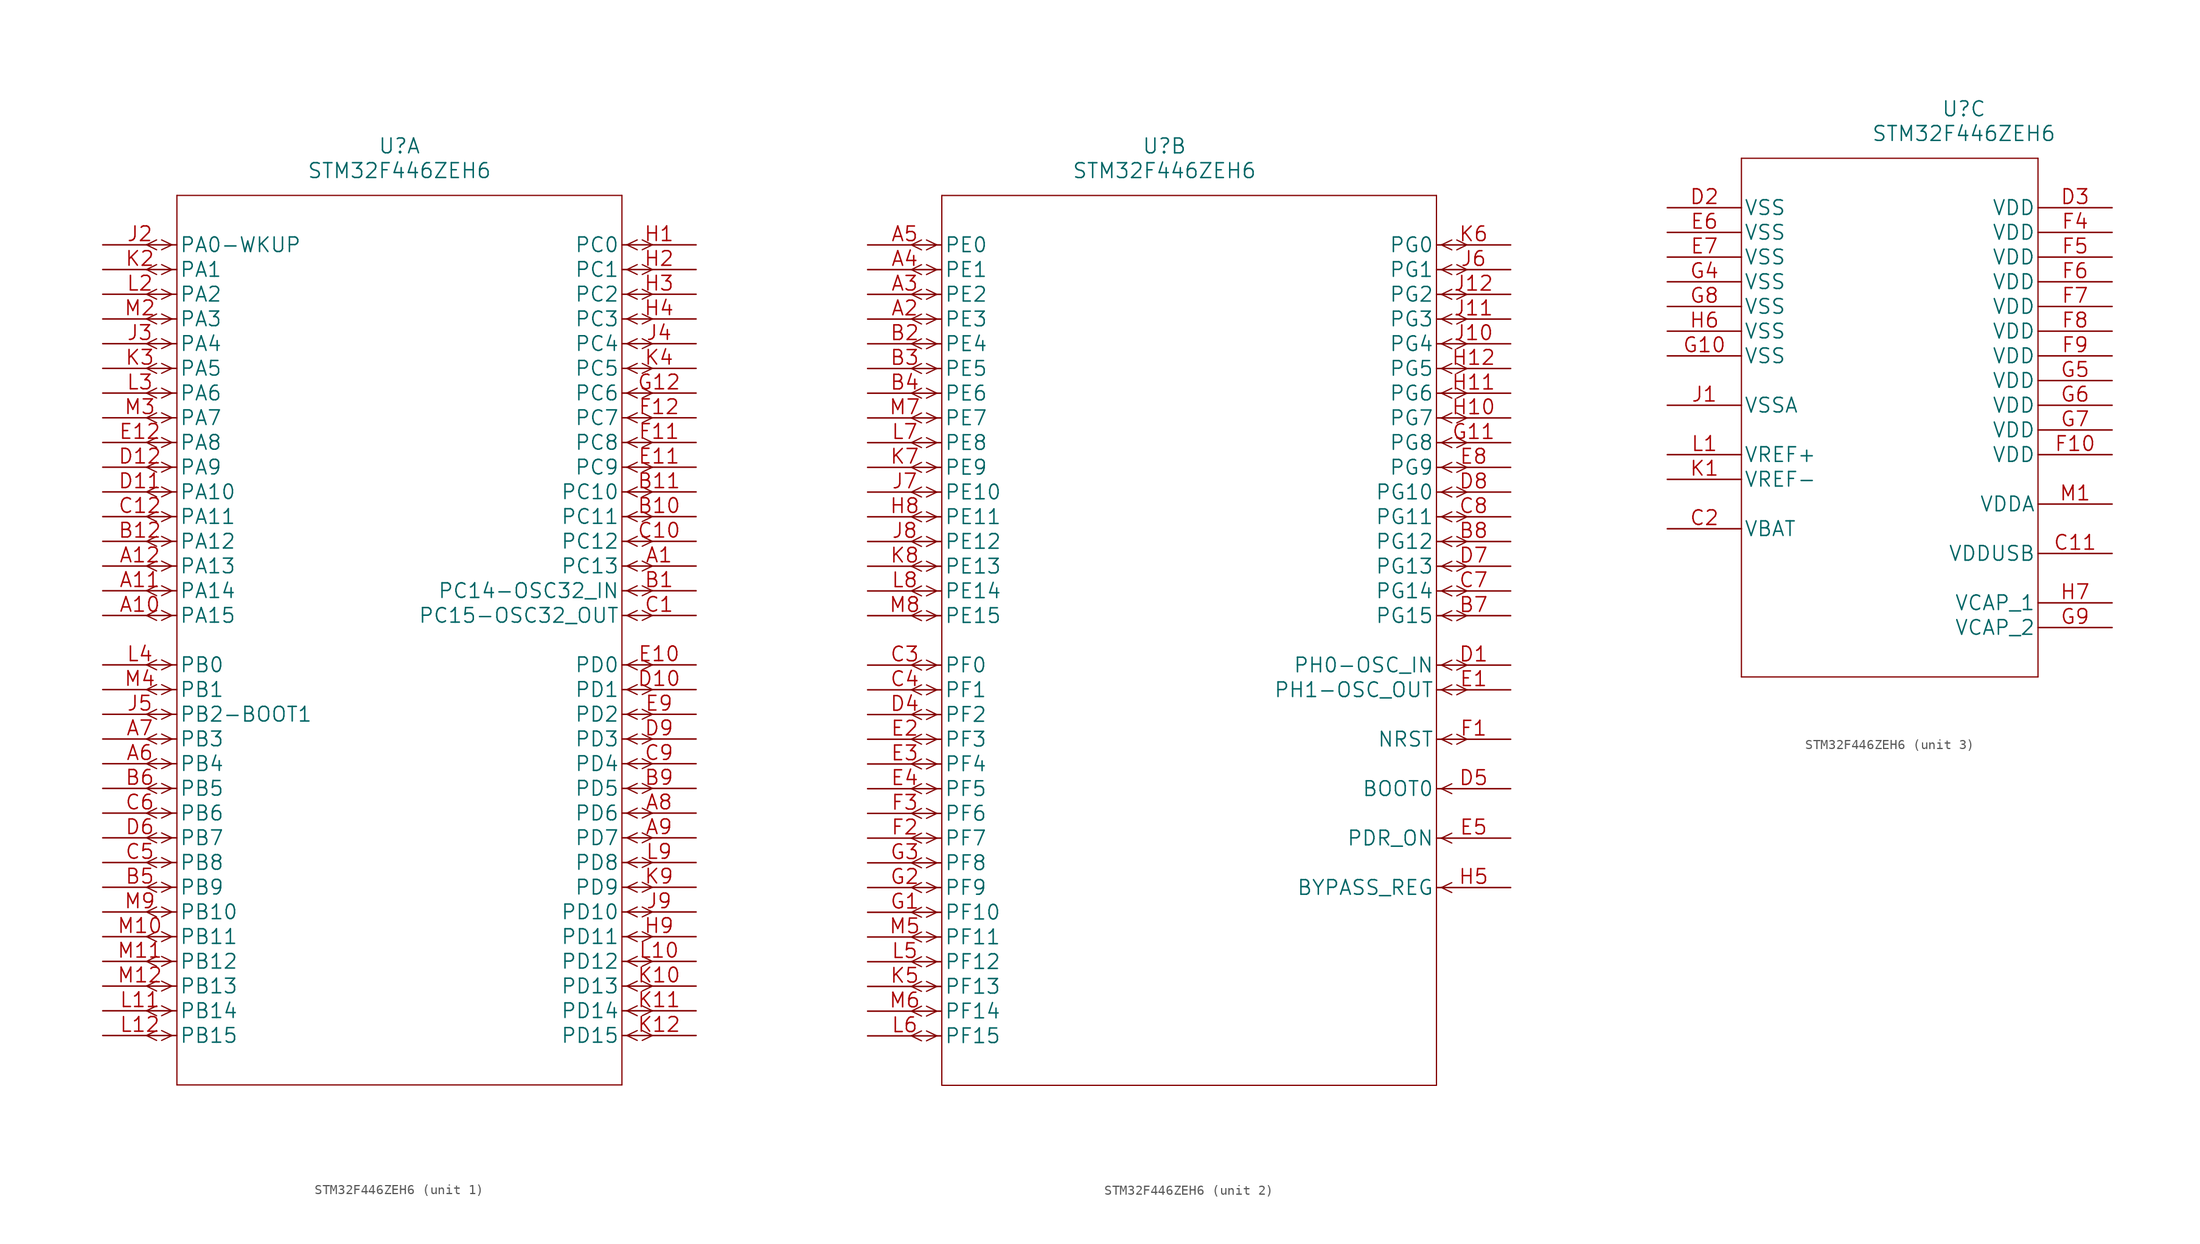
<source format=kicad_sym>
(kicad_symbol_lib
  (version 20210619)
  (generator kicad_symbol_editor)
  (symbol "STM32F446ZEH6"
    (pin_names
      (offset 0.254))
    (property "Reference" "U"
      (at 30.48 10.16 0)
      (effects (font (size 1.524 1.524))))
    (property "Value" "STM32F446ZEH6"
      (at 30.48 7.62 0)
      (effects (font (size 1.524 1.524))))
    (property "Datasheet" ""
      (at 0 0 0)
      (effects (font (size 1.524 1.524))))
    (symbol "STM32F446ZEH6_1_1"
      (polyline (pts (xy 5.537 -81.788) (xy 4.496 -81.28)) (stroke (width 0.127)) (fill (type none)))
      (polyline (pts (xy 5.537 -80.772) (xy 4.496 -81.28)) (stroke (width 0.127)) (fill (type none)))
      (polyline (pts (xy 5.537 -79.248) (xy 4.496 -78.74)) (stroke (width 0.127)) (fill (type none)))
      (polyline (pts (xy 5.537 -78.232) (xy 4.496 -78.74)) (stroke (width 0.127)) (fill (type none)))
      (polyline (pts (xy 5.537 -76.708) (xy 4.496 -76.2)) (stroke (width 0.127)) (fill (type none)))
      (polyline (pts (xy 5.537 -75.692) (xy 4.496 -76.2)) (stroke (width 0.127)) (fill (type none)))
      (polyline (pts (xy 5.537 -74.168) (xy 4.496 -73.66)) (stroke (width 0.127)) (fill (type none)))
      (polyline (pts (xy 5.537 -73.152) (xy 4.496 -73.66)) (stroke (width 0.127)) (fill (type none)))
      (polyline (pts (xy 5.537 -71.628) (xy 4.496 -71.12)) (stroke (width 0.127)) (fill (type none)))
      (polyline (pts (xy 5.537 -70.612) (xy 4.496 -71.12)) (stroke (width 0.127)) (fill (type none)))
      (polyline (pts (xy 5.537 -69.088) (xy 4.496 -68.58)) (stroke (width 0.127)) (fill (type none)))
      (polyline (pts (xy 5.537 -68.072) (xy 4.496 -68.58)) (stroke (width 0.127)) (fill (type none)))
      (polyline (pts (xy 5.537 -66.548) (xy 4.496 -66.04)) (stroke (width 0.127)) (fill (type none)))
      (polyline (pts (xy 5.537 -65.532) (xy 4.496 -66.04)) (stroke (width 0.127)) (fill (type none)))
      (polyline (pts (xy 5.537 -64.008) (xy 4.496 -63.5)) (stroke (width 0.127)) (fill (type none)))
      (polyline (pts (xy 5.537 -62.992) (xy 4.496 -63.5)) (stroke (width 0.127)) (fill (type none)))
      (polyline (pts (xy 5.537 -61.468) (xy 4.496 -60.96)) (stroke (width 0.127)) (fill (type none)))
      (polyline (pts (xy 5.537 -60.452) (xy 4.496 -60.96)) (stroke (width 0.127)) (fill (type none)))
      (polyline (pts (xy 5.537 -58.928) (xy 4.496 -58.42)) (stroke (width 0.127)) (fill (type none)))
      (polyline (pts (xy 5.537 -57.912) (xy 4.496 -58.42)) (stroke (width 0.127)) (fill (type none)))
      (polyline (pts (xy 5.537 -56.388) (xy 4.496 -55.88)) (stroke (width 0.127)) (fill (type none)))
      (polyline (pts (xy 5.537 -55.372) (xy 4.496 -55.88)) (stroke (width 0.127)) (fill (type none)))
      (polyline (pts (xy 5.537 -53.848) (xy 4.496 -53.34)) (stroke (width 0.127)) (fill (type none)))
      (polyline (pts (xy 5.537 -52.832) (xy 4.496 -53.34)) (stroke (width 0.127)) (fill (type none)))
      (polyline (pts (xy 5.537 -51.308) (xy 4.496 -50.8)) (stroke (width 0.127)) (fill (type none)))
      (polyline (pts (xy 5.537 -50.292) (xy 4.496 -50.8)) (stroke (width 0.127)) (fill (type none)))
      (polyline (pts (xy 5.537 -48.768) (xy 4.496 -48.26)) (stroke (width 0.127)) (fill (type none)))
      (polyline (pts (xy 5.537 -47.752) (xy 4.496 -48.26)) (stroke (width 0.127)) (fill (type none)))
      (polyline (pts (xy 5.537 -46.228) (xy 4.496 -45.72)) (stroke (width 0.127)) (fill (type none)))
      (polyline (pts (xy 5.537 -45.212) (xy 4.496 -45.72)) (stroke (width 0.127)) (fill (type none)))
      (polyline (pts (xy 5.537 -43.688) (xy 4.496 -43.18)) (stroke (width 0.127)) (fill (type none)))
      (polyline (pts (xy 5.537 -42.672) (xy 4.496 -43.18)) (stroke (width 0.127)) (fill (type none)))
      (polyline (pts (xy 5.537 -38.608) (xy 4.496 -38.1)) (stroke (width 0.127)) (fill (type none)))
      (polyline (pts (xy 5.537 -37.592) (xy 4.496 -38.1)) (stroke (width 0.127)) (fill (type none)))
      (polyline (pts (xy 5.537 -36.068) (xy 4.496 -35.56)) (stroke (width 0.127)) (fill (type none)))
      (polyline (pts (xy 5.537 -35.052) (xy 4.496 -35.56)) (stroke (width 0.127)) (fill (type none)))
      (polyline (pts (xy 5.537 -33.528) (xy 4.496 -33.02)) (stroke (width 0.127)) (fill (type none)))
      (polyline (pts (xy 5.537 -32.512) (xy 4.496 -33.02)) (stroke (width 0.127)) (fill (type none)))
      (polyline (pts (xy 5.537 -30.988) (xy 4.496 -30.48)) (stroke (width 0.127)) (fill (type none)))
      (polyline (pts (xy 5.537 -29.972) (xy 4.496 -30.48)) (stroke (width 0.127)) (fill (type none)))
      (polyline (pts (xy 5.537 -28.448) (xy 4.496 -27.94)) (stroke (width 0.127)) (fill (type none)))
      (polyline (pts (xy 5.537 -27.432) (xy 4.496 -27.94)) (stroke (width 0.127)) (fill (type none)))
      (polyline (pts (xy 5.537 -25.908) (xy 4.496 -25.4)) (stroke (width 0.127)) (fill (type none)))
      (polyline (pts (xy 5.537 -24.892) (xy 4.496 -25.4)) (stroke (width 0.127)) (fill (type none)))
      (polyline (pts (xy 5.537 -23.368) (xy 4.496 -22.86)) (stroke (width 0.127)) (fill (type none)))
      (polyline (pts (xy 5.537 -22.352) (xy 4.496 -22.86)) (stroke (width 0.127)) (fill (type none)))
      (polyline (pts (xy 5.537 -20.828) (xy 4.496 -20.32)) (stroke (width 0.127)) (fill (type none)))
      (polyline (pts (xy 5.537 -19.812) (xy 4.496 -20.32)) (stroke (width 0.127)) (fill (type none)))
      (polyline (pts (xy 5.537 -18.288) (xy 4.496 -17.78)) (stroke (width 0.127)) (fill (type none)))
      (polyline (pts (xy 5.537 -17.272) (xy 4.496 -17.78)) (stroke (width 0.127)) (fill (type none)))
      (polyline (pts (xy 5.537 -15.748) (xy 4.496 -15.24)) (stroke (width 0.127)) (fill (type none)))
      (polyline (pts (xy 5.537 -14.732) (xy 4.496 -15.24)) (stroke (width 0.127)) (fill (type none)))
      (polyline (pts (xy 5.537 -13.208) (xy 4.496 -12.7)) (stroke (width 0.127)) (fill (type none)))
      (polyline (pts (xy 5.537 -12.192) (xy 4.496 -12.7)) (stroke (width 0.127)) (fill (type none)))
      (polyline (pts (xy 5.537 -10.668) (xy 4.496 -10.16)) (stroke (width 0.127)) (fill (type none)))
      (polyline (pts (xy 5.537 -9.652) (xy 4.496 -10.16)) (stroke (width 0.127)) (fill (type none)))
      (polyline (pts (xy 5.537 -8.128) (xy 4.496 -7.62)) (stroke (width 0.127)) (fill (type none)))
      (polyline (pts (xy 5.537 -7.112) (xy 4.496 -7.62)) (stroke (width 0.127)) (fill (type none)))
      (polyline (pts (xy 5.537 -5.588) (xy 4.496 -5.08)) (stroke (width 0.127)) (fill (type none)))
      (polyline (pts (xy 5.537 -4.572) (xy 4.496 -5.08)) (stroke (width 0.127)) (fill (type none)))
      (polyline (pts (xy 5.537 -3.048) (xy 4.496 -2.54)) (stroke (width 0.127)) (fill (type none)))
      (polyline (pts (xy 5.537 -2.032) (xy 4.496 -2.54)) (stroke (width 0.127)) (fill (type none)))
      (polyline (pts (xy 5.537 -0.508) (xy 4.496 0)) (stroke (width 0.127)) (fill (type none)))
      (polyline (pts (xy 5.537 0.508) (xy 4.496 0)) (stroke (width 0.127)) (fill (type none)))
      (polyline (pts (xy 7.112 -81.28) (xy 6.045 -81.788)) (stroke (width 0.127)) (fill (type none)))
      (polyline (pts (xy 7.112 -81.28) (xy 6.045 -80.772)) (stroke (width 0.127)) (fill (type none)))
      (polyline (pts (xy 7.112 -78.74) (xy 6.045 -79.248)) (stroke (width 0.127)) (fill (type none)))
      (polyline (pts (xy 7.112 -78.74) (xy 6.045 -78.232)) (stroke (width 0.127)) (fill (type none)))
      (polyline (pts (xy 7.112 -76.2) (xy 6.045 -76.708)) (stroke (width 0.127)) (fill (type none)))
      (polyline (pts (xy 7.112 -76.2) (xy 6.045 -75.692)) (stroke (width 0.127)) (fill (type none)))
      (polyline (pts (xy 7.112 -73.66) (xy 6.045 -74.168)) (stroke (width 0.127)) (fill (type none)))
      (polyline (pts (xy 7.112 -73.66) (xy 6.045 -73.152)) (stroke (width 0.127)) (fill (type none)))
      (polyline (pts (xy 7.112 -71.12) (xy 6.045 -71.628)) (stroke (width 0.127)) (fill (type none)))
      (polyline (pts (xy 7.112 -71.12) (xy 6.045 -70.612)) (stroke (width 0.127)) (fill (type none)))
      (polyline (pts (xy 7.112 -68.58) (xy 6.045 -69.088)) (stroke (width 0.127)) (fill (type none)))
      (polyline (pts (xy 7.112 -68.58) (xy 6.045 -68.072)) (stroke (width 0.127)) (fill (type none)))
      (polyline (pts (xy 7.112 -66.04) (xy 6.045 -66.548)) (stroke (width 0.127)) (fill (type none)))
      (polyline (pts (xy 7.112 -66.04) (xy 6.045 -65.532)) (stroke (width 0.127)) (fill (type none)))
      (polyline (pts (xy 7.112 -63.5) (xy 6.045 -64.008)) (stroke (width 0.127)) (fill (type none)))
      (polyline (pts (xy 7.112 -63.5) (xy 6.045 -62.992)) (stroke (width 0.127)) (fill (type none)))
      (polyline (pts (xy 7.112 -60.96) (xy 6.045 -61.468)) (stroke (width 0.127)) (fill (type none)))
      (polyline (pts (xy 7.112 -60.96) (xy 6.045 -60.452)) (stroke (width 0.127)) (fill (type none)))
      (polyline (pts (xy 7.112 -58.42) (xy 6.045 -58.928)) (stroke (width 0.127)) (fill (type none)))
      (polyline (pts (xy 7.112 -58.42) (xy 6.045 -57.912)) (stroke (width 0.127)) (fill (type none)))
      (polyline (pts (xy 7.112 -55.88) (xy 6.045 -56.388)) (stroke (width 0.127)) (fill (type none)))
      (polyline (pts (xy 7.112 -55.88) (xy 6.045 -55.372)) (stroke (width 0.127)) (fill (type none)))
      (polyline (pts (xy 7.112 -53.34) (xy 6.045 -53.848)) (stroke (width 0.127)) (fill (type none)))
      (polyline (pts (xy 7.112 -53.34) (xy 6.045 -52.832)) (stroke (width 0.127)) (fill (type none)))
      (polyline (pts (xy 7.112 -50.8) (xy 6.045 -51.308)) (stroke (width 0.127)) (fill (type none)))
      (polyline (pts (xy 7.112 -50.8) (xy 6.045 -50.292)) (stroke (width 0.127)) (fill (type none)))
      (polyline (pts (xy 7.112 -48.26) (xy 6.045 -48.768)) (stroke (width 0.127)) (fill (type none)))
      (polyline (pts (xy 7.112 -48.26) (xy 6.045 -47.752)) (stroke (width 0.127)) (fill (type none)))
      (polyline (pts (xy 7.112 -45.72) (xy 6.045 -46.228)) (stroke (width 0.127)) (fill (type none)))
      (polyline (pts (xy 7.112 -45.72) (xy 6.045 -45.212)) (stroke (width 0.127)) (fill (type none)))
      (polyline (pts (xy 7.112 -43.18) (xy 6.045 -43.688)) (stroke (width 0.127)) (fill (type none)))
      (polyline (pts (xy 7.112 -43.18) (xy 6.045 -42.672)) (stroke (width 0.127)) (fill (type none)))
      (polyline (pts (xy 7.112 -38.1) (xy 6.045 -38.608)) (stroke (width 0.127)) (fill (type none)))
      (polyline (pts (xy 7.112 -38.1) (xy 6.045 -37.592)) (stroke (width 0.127)) (fill (type none)))
      (polyline (pts (xy 7.112 -35.56) (xy 6.045 -36.068)) (stroke (width 0.127)) (fill (type none)))
      (polyline (pts (xy 7.112 -35.56) (xy 6.045 -35.052)) (stroke (width 0.127)) (fill (type none)))
      (polyline (pts (xy 7.112 -33.02) (xy 6.045 -33.528)) (stroke (width 0.127)) (fill (type none)))
      (polyline (pts (xy 7.112 -33.02) (xy 6.045 -32.512)) (stroke (width 0.127)) (fill (type none)))
      (polyline (pts (xy 7.112 -30.48) (xy 6.045 -30.988)) (stroke (width 0.127)) (fill (type none)))
      (polyline (pts (xy 7.112 -30.48) (xy 6.045 -29.972)) (stroke (width 0.127)) (fill (type none)))
      (polyline (pts (xy 7.112 -27.94) (xy 6.045 -28.448)) (stroke (width 0.127)) (fill (type none)))
      (polyline (pts (xy 7.112 -27.94) (xy 6.045 -27.432)) (stroke (width 0.127)) (fill (type none)))
      (polyline (pts (xy 7.112 -25.4) (xy 6.045 -25.908)) (stroke (width 0.127)) (fill (type none)))
      (polyline (pts (xy 7.112 -25.4) (xy 6.045 -24.892)) (stroke (width 0.127)) (fill (type none)))
      (polyline (pts (xy 7.112 -22.86) (xy 6.045 -23.368)) (stroke (width 0.127)) (fill (type none)))
      (polyline (pts (xy 7.112 -22.86) (xy 6.045 -22.352)) (stroke (width 0.127)) (fill (type none)))
      (polyline (pts (xy 7.112 -20.32) (xy 6.045 -20.828)) (stroke (width 0.127)) (fill (type none)))
      (polyline (pts (xy 7.112 -20.32) (xy 6.045 -19.812)) (stroke (width 0.127)) (fill (type none)))
      (polyline (pts (xy 7.112 -17.78) (xy 6.045 -18.288)) (stroke (width 0.127)) (fill (type none)))
      (polyline (pts (xy 7.112 -17.78) (xy 6.045 -17.272)) (stroke (width 0.127)) (fill (type none)))
      (polyline (pts (xy 7.112 -15.24) (xy 6.045 -15.748)) (stroke (width 0.127)) (fill (type none)))
      (polyline (pts (xy 7.112 -15.24) (xy 6.045 -14.732)) (stroke (width 0.127)) (fill (type none)))
      (polyline (pts (xy 7.112 -12.7) (xy 6.045 -13.208)) (stroke (width 0.127)) (fill (type none)))
      (polyline (pts (xy 7.112 -12.7) (xy 6.045 -12.192)) (stroke (width 0.127)) (fill (type none)))
      (polyline (pts (xy 7.112 -10.16) (xy 6.045 -10.668)) (stroke (width 0.127)) (fill (type none)))
      (polyline (pts (xy 7.112 -10.16) (xy 6.045 -9.652)) (stroke (width 0.127)) (fill (type none)))
      (polyline (pts (xy 7.112 -7.62) (xy 6.045 -8.128)) (stroke (width 0.127)) (fill (type none)))
      (polyline (pts (xy 7.112 -7.62) (xy 6.045 -7.112)) (stroke (width 0.127)) (fill (type none)))
      (polyline (pts (xy 7.112 -5.08) (xy 6.045 -5.588)) (stroke (width 0.127)) (fill (type none)))
      (polyline (pts (xy 7.112 -5.08) (xy 6.045 -4.572)) (stroke (width 0.127)) (fill (type none)))
      (polyline (pts (xy 7.112 -2.54) (xy 6.045 -3.048)) (stroke (width 0.127)) (fill (type none)))
      (polyline (pts (xy 7.112 -2.54) (xy 6.045 -2.032)) (stroke (width 0.127)) (fill (type none)))
      (polyline (pts (xy 7.112 0) (xy 6.045 -0.508)) (stroke (width 0.127)) (fill (type none)))
      (polyline (pts (xy 7.112 0) (xy 6.045 0.508)) (stroke (width 0.127)) (fill (type none)))
      (polyline (pts (xy 7.62 -86.36) (xy 53.34 -86.36)) (stroke (width 0.127)) (fill (type none)))
      (polyline (pts (xy 7.62 5.08) (xy 7.62 -86.36)) (stroke (width 0.127)) (fill (type none)))
      (polyline (pts (xy 53.34 -86.36) (xy 53.34 5.08)) (stroke (width 0.127)) (fill (type none)))
      (polyline (pts (xy 53.34 5.08) (xy 7.62 5.08)) (stroke (width 0.127)) (fill (type none)))
      (polyline (pts (xy 53.848 -81.28) (xy 54.915 -81.788)) (stroke (width 0.127)) (fill (type none)))
      (polyline (pts (xy 53.848 -81.28) (xy 54.915 -80.772)) (stroke (width 0.127)) (fill (type none)))
      (polyline (pts (xy 53.848 -78.74) (xy 54.915 -79.248)) (stroke (width 0.127)) (fill (type none)))
      (polyline (pts (xy 53.848 -78.74) (xy 54.915 -78.232)) (stroke (width 0.127)) (fill (type none)))
      (polyline (pts (xy 53.848 -76.2) (xy 54.915 -76.708)) (stroke (width 0.127)) (fill (type none)))
      (polyline (pts (xy 53.848 -76.2) (xy 54.915 -75.692)) (stroke (width 0.127)) (fill (type none)))
      (polyline (pts (xy 53.848 -73.66) (xy 54.915 -74.168)) (stroke (width 0.127)) (fill (type none)))
      (polyline (pts (xy 53.848 -73.66) (xy 54.915 -73.152)) (stroke (width 0.127)) (fill (type none)))
      (polyline (pts (xy 53.848 -71.12) (xy 54.915 -71.628)) (stroke (width 0.127)) (fill (type none)))
      (polyline (pts (xy 53.848 -71.12) (xy 54.915 -70.612)) (stroke (width 0.127)) (fill (type none)))
      (polyline (pts (xy 53.848 -68.58) (xy 54.915 -69.088)) (stroke (width 0.127)) (fill (type none)))
      (polyline (pts (xy 53.848 -68.58) (xy 54.915 -68.072)) (stroke (width 0.127)) (fill (type none)))
      (polyline (pts (xy 53.848 -66.04) (xy 54.915 -66.548)) (stroke (width 0.127)) (fill (type none)))
      (polyline (pts (xy 53.848 -66.04) (xy 54.915 -65.532)) (stroke (width 0.127)) (fill (type none)))
      (polyline (pts (xy 53.848 -63.5) (xy 54.915 -64.008)) (stroke (width 0.127)) (fill (type none)))
      (polyline (pts (xy 53.848 -63.5) (xy 54.915 -62.992)) (stroke (width 0.127)) (fill (type none)))
      (polyline (pts (xy 53.848 -60.96) (xy 54.915 -61.468)) (stroke (width 0.127)) (fill (type none)))
      (polyline (pts (xy 53.848 -60.96) (xy 54.915 -60.452)) (stroke (width 0.127)) (fill (type none)))
      (polyline (pts (xy 53.848 -58.42) (xy 54.915 -58.928)) (stroke (width 0.127)) (fill (type none)))
      (polyline (pts (xy 53.848 -58.42) (xy 54.915 -57.912)) (stroke (width 0.127)) (fill (type none)))
      (polyline (pts (xy 53.848 -55.88) (xy 54.915 -56.388)) (stroke (width 0.127)) (fill (type none)))
      (polyline (pts (xy 53.848 -55.88) (xy 54.915 -55.372)) (stroke (width 0.127)) (fill (type none)))
      (polyline (pts (xy 53.848 -53.34) (xy 54.915 -53.848)) (stroke (width 0.127)) (fill (type none)))
      (polyline (pts (xy 53.848 -53.34) (xy 54.915 -52.832)) (stroke (width 0.127)) (fill (type none)))
      (polyline (pts (xy 53.848 -50.8) (xy 54.915 -51.308)) (stroke (width 0.127)) (fill (type none)))
      (polyline (pts (xy 53.848 -50.8) (xy 54.915 -50.292)) (stroke (width 0.127)) (fill (type none)))
      (polyline (pts (xy 53.848 -48.26) (xy 54.915 -48.768)) (stroke (width 0.127)) (fill (type none)))
      (polyline (pts (xy 53.848 -48.26) (xy 54.915 -47.752)) (stroke (width 0.127)) (fill (type none)))
      (polyline (pts (xy 53.848 -45.72) (xy 54.915 -46.228)) (stroke (width 0.127)) (fill (type none)))
      (polyline (pts (xy 53.848 -45.72) (xy 54.915 -45.212)) (stroke (width 0.127)) (fill (type none)))
      (polyline (pts (xy 53.848 -43.18) (xy 54.915 -43.688)) (stroke (width 0.127)) (fill (type none)))
      (polyline (pts (xy 53.848 -43.18) (xy 54.915 -42.672)) (stroke (width 0.127)) (fill (type none)))
      (polyline (pts (xy 53.848 -38.1) (xy 54.915 -38.608)) (stroke (width 0.127)) (fill (type none)))
      (polyline (pts (xy 53.848 -38.1) (xy 54.915 -37.592)) (stroke (width 0.127)) (fill (type none)))
      (polyline (pts (xy 53.848 -35.56) (xy 54.915 -36.068)) (stroke (width 0.127)) (fill (type none)))
      (polyline (pts (xy 53.848 -35.56) (xy 54.915 -35.052)) (stroke (width 0.127)) (fill (type none)))
      (polyline (pts (xy 53.848 -33.02) (xy 54.915 -33.528)) (stroke (width 0.127)) (fill (type none)))
      (polyline (pts (xy 53.848 -33.02) (xy 54.915 -32.512)) (stroke (width 0.127)) (fill (type none)))
      (polyline (pts (xy 53.848 -30.48) (xy 54.915 -30.988)) (stroke (width 0.127)) (fill (type none)))
      (polyline (pts (xy 53.848 -30.48) (xy 54.915 -29.972)) (stroke (width 0.127)) (fill (type none)))
      (polyline (pts (xy 53.848 -27.94) (xy 54.915 -28.448)) (stroke (width 0.127)) (fill (type none)))
      (polyline (pts (xy 53.848 -27.94) (xy 54.915 -27.432)) (stroke (width 0.127)) (fill (type none)))
      (polyline (pts (xy 53.848 -25.4) (xy 54.915 -25.908)) (stroke (width 0.127)) (fill (type none)))
      (polyline (pts (xy 53.848 -25.4) (xy 54.915 -24.892)) (stroke (width 0.127)) (fill (type none)))
      (polyline (pts (xy 53.848 -22.86) (xy 54.915 -23.368)) (stroke (width 0.127)) (fill (type none)))
      (polyline (pts (xy 53.848 -22.86) (xy 54.915 -22.352)) (stroke (width 0.127)) (fill (type none)))
      (polyline (pts (xy 53.848 -20.32) (xy 54.915 -20.828)) (stroke (width 0.127)) (fill (type none)))
      (polyline (pts (xy 53.848 -20.32) (xy 54.915 -19.812)) (stroke (width 0.127)) (fill (type none)))
      (polyline (pts (xy 53.848 -17.78) (xy 54.915 -18.288)) (stroke (width 0.127)) (fill (type none)))
      (polyline (pts (xy 53.848 -17.78) (xy 54.915 -17.272)) (stroke (width 0.127)) (fill (type none)))
      (polyline (pts (xy 53.848 -15.24) (xy 54.915 -15.748)) (stroke (width 0.127)) (fill (type none)))
      (polyline (pts (xy 53.848 -15.24) (xy 54.915 -14.732)) (stroke (width 0.127)) (fill (type none)))
      (polyline (pts (xy 53.848 -12.7) (xy 54.915 -13.208)) (stroke (width 0.127)) (fill (type none)))
      (polyline (pts (xy 53.848 -12.7) (xy 54.915 -12.192)) (stroke (width 0.127)) (fill (type none)))
      (polyline (pts (xy 53.848 -10.16) (xy 54.915 -10.668)) (stroke (width 0.127)) (fill (type none)))
      (polyline (pts (xy 53.848 -10.16) (xy 54.915 -9.652)) (stroke (width 0.127)) (fill (type none)))
      (polyline (pts (xy 53.848 -7.62) (xy 54.915 -8.128)) (stroke (width 0.127)) (fill (type none)))
      (polyline (pts (xy 53.848 -7.62) (xy 54.915 -7.112)) (stroke (width 0.127)) (fill (type none)))
      (polyline (pts (xy 53.848 -5.08) (xy 54.915 -5.588)) (stroke (width 0.127)) (fill (type none)))
      (polyline (pts (xy 53.848 -5.08) (xy 54.915 -4.572)) (stroke (width 0.127)) (fill (type none)))
      (polyline (pts (xy 53.848 -2.54) (xy 54.915 -3.048)) (stroke (width 0.127)) (fill (type none)))
      (polyline (pts (xy 53.848 -2.54) (xy 54.915 -2.032)) (stroke (width 0.127)) (fill (type none)))
      (polyline (pts (xy 53.848 0) (xy 54.915 -0.508)) (stroke (width 0.127)) (fill (type none)))
      (polyline (pts (xy 53.848 0) (xy 54.915 0.508)) (stroke (width 0.127)) (fill (type none)))
      (polyline (pts (xy 55.423 -81.788) (xy 56.464 -81.28)) (stroke (width 0.127)) (fill (type none)))
      (polyline (pts (xy 55.423 -80.772) (xy 56.464 -81.28)) (stroke (width 0.127)) (fill (type none)))
      (polyline (pts (xy 55.423 -79.248) (xy 56.464 -78.74)) (stroke (width 0.127)) (fill (type none)))
      (polyline (pts (xy 55.423 -78.232) (xy 56.464 -78.74)) (stroke (width 0.127)) (fill (type none)))
      (polyline (pts (xy 55.423 -76.708) (xy 56.464 -76.2)) (stroke (width 0.127)) (fill (type none)))
      (polyline (pts (xy 55.423 -75.692) (xy 56.464 -76.2)) (stroke (width 0.127)) (fill (type none)))
      (polyline (pts (xy 55.423 -74.168) (xy 56.464 -73.66)) (stroke (width 0.127)) (fill (type none)))
      (polyline (pts (xy 55.423 -73.152) (xy 56.464 -73.66)) (stroke (width 0.127)) (fill (type none)))
      (polyline (pts (xy 55.423 -71.628) (xy 56.464 -71.12)) (stroke (width 0.127)) (fill (type none)))
      (polyline (pts (xy 55.423 -70.612) (xy 56.464 -71.12)) (stroke (width 0.127)) (fill (type none)))
      (polyline (pts (xy 55.423 -69.088) (xy 56.464 -68.58)) (stroke (width 0.127)) (fill (type none)))
      (polyline (pts (xy 55.423 -68.072) (xy 56.464 -68.58)) (stroke (width 0.127)) (fill (type none)))
      (polyline (pts (xy 55.423 -66.548) (xy 56.464 -66.04)) (stroke (width 0.127)) (fill (type none)))
      (polyline (pts (xy 55.423 -65.532) (xy 56.464 -66.04)) (stroke (width 0.127)) (fill (type none)))
      (polyline (pts (xy 55.423 -64.008) (xy 56.464 -63.5)) (stroke (width 0.127)) (fill (type none)))
      (polyline (pts (xy 55.423 -62.992) (xy 56.464 -63.5)) (stroke (width 0.127)) (fill (type none)))
      (polyline (pts (xy 55.423 -61.468) (xy 56.464 -60.96)) (stroke (width 0.127)) (fill (type none)))
      (polyline (pts (xy 55.423 -60.452) (xy 56.464 -60.96)) (stroke (width 0.127)) (fill (type none)))
      (polyline (pts (xy 55.423 -58.928) (xy 56.464 -58.42)) (stroke (width 0.127)) (fill (type none)))
      (polyline (pts (xy 55.423 -57.912) (xy 56.464 -58.42)) (stroke (width 0.127)) (fill (type none)))
      (polyline (pts (xy 55.423 -56.388) (xy 56.464 -55.88)) (stroke (width 0.127)) (fill (type none)))
      (polyline (pts (xy 55.423 -55.372) (xy 56.464 -55.88)) (stroke (width 0.127)) (fill (type none)))
      (polyline (pts (xy 55.423 -53.848) (xy 56.464 -53.34)) (stroke (width 0.127)) (fill (type none)))
      (polyline (pts (xy 55.423 -52.832) (xy 56.464 -53.34)) (stroke (width 0.127)) (fill (type none)))
      (polyline (pts (xy 55.423 -51.308) (xy 56.464 -50.8)) (stroke (width 0.127)) (fill (type none)))
      (polyline (pts (xy 55.423 -50.292) (xy 56.464 -50.8)) (stroke (width 0.127)) (fill (type none)))
      (polyline (pts (xy 55.423 -48.768) (xy 56.464 -48.26)) (stroke (width 0.127)) (fill (type none)))
      (polyline (pts (xy 55.423 -47.752) (xy 56.464 -48.26)) (stroke (width 0.127)) (fill (type none)))
      (polyline (pts (xy 55.423 -46.228) (xy 56.464 -45.72)) (stroke (width 0.127)) (fill (type none)))
      (polyline (pts (xy 55.423 -45.212) (xy 56.464 -45.72)) (stroke (width 0.127)) (fill (type none)))
      (polyline (pts (xy 55.423 -43.688) (xy 56.464 -43.18)) (stroke (width 0.127)) (fill (type none)))
      (polyline (pts (xy 55.423 -42.672) (xy 56.464 -43.18)) (stroke (width 0.127)) (fill (type none)))
      (polyline (pts (xy 55.423 -38.608) (xy 56.464 -38.1)) (stroke (width 0.127)) (fill (type none)))
      (polyline (pts (xy 55.423 -37.592) (xy 56.464 -38.1)) (stroke (width 0.127)) (fill (type none)))
      (polyline (pts (xy 55.423 -36.068) (xy 56.464 -35.56)) (stroke (width 0.127)) (fill (type none)))
      (polyline (pts (xy 55.423 -35.052) (xy 56.464 -35.56)) (stroke (width 0.127)) (fill (type none)))
      (polyline (pts (xy 55.423 -33.528) (xy 56.464 -33.02)) (stroke (width 0.127)) (fill (type none)))
      (polyline (pts (xy 55.423 -32.512) (xy 56.464 -33.02)) (stroke (width 0.127)) (fill (type none)))
      (polyline (pts (xy 55.423 -30.988) (xy 56.464 -30.48)) (stroke (width 0.127)) (fill (type none)))
      (polyline (pts (xy 55.423 -29.972) (xy 56.464 -30.48)) (stroke (width 0.127)) (fill (type none)))
      (polyline (pts (xy 55.423 -28.448) (xy 56.464 -27.94)) (stroke (width 0.127)) (fill (type none)))
      (polyline (pts (xy 55.423 -27.432) (xy 56.464 -27.94)) (stroke (width 0.127)) (fill (type none)))
      (polyline (pts (xy 55.423 -25.908) (xy 56.464 -25.4)) (stroke (width 0.127)) (fill (type none)))
      (polyline (pts (xy 55.423 -24.892) (xy 56.464 -25.4)) (stroke (width 0.127)) (fill (type none)))
      (polyline (pts (xy 55.423 -23.368) (xy 56.464 -22.86)) (stroke (width 0.127)) (fill (type none)))
      (polyline (pts (xy 55.423 -22.352) (xy 56.464 -22.86)) (stroke (width 0.127)) (fill (type none)))
      (polyline (pts (xy 55.423 -20.828) (xy 56.464 -20.32)) (stroke (width 0.127)) (fill (type none)))
      (polyline (pts (xy 55.423 -19.812) (xy 56.464 -20.32)) (stroke (width 0.127)) (fill (type none)))
      (polyline (pts (xy 55.423 -18.288) (xy 56.464 -17.78)) (stroke (width 0.127)) (fill (type none)))
      (polyline (pts (xy 55.423 -17.272) (xy 56.464 -17.78)) (stroke (width 0.127)) (fill (type none)))
      (polyline (pts (xy 55.423 -15.748) (xy 56.464 -15.24)) (stroke (width 0.127)) (fill (type none)))
      (polyline (pts (xy 55.423 -14.732) (xy 56.464 -15.24)) (stroke (width 0.127)) (fill (type none)))
      (polyline (pts (xy 55.423 -13.208) (xy 56.464 -12.7)) (stroke (width 0.127)) (fill (type none)))
      (polyline (pts (xy 55.423 -12.192) (xy 56.464 -12.7)) (stroke (width 0.127)) (fill (type none)))
      (polyline (pts (xy 55.423 -10.668) (xy 56.464 -10.16)) (stroke (width 0.127)) (fill (type none)))
      (polyline (pts (xy 55.423 -9.652) (xy 56.464 -10.16)) (stroke (width 0.127)) (fill (type none)))
      (polyline (pts (xy 55.423 -8.128) (xy 56.464 -7.62)) (stroke (width 0.127)) (fill (type none)))
      (polyline (pts (xy 55.423 -7.112) (xy 56.464 -7.62)) (stroke (width 0.127)) (fill (type none)))
      (polyline (pts (xy 55.423 -5.588) (xy 56.464 -5.08)) (stroke (width 0.127)) (fill (type none)))
      (polyline (pts (xy 55.423 -4.572) (xy 56.464 -5.08)) (stroke (width 0.127)) (fill (type none)))
      (polyline (pts (xy 55.423 -3.048) (xy 56.464 -2.54)) (stroke (width 0.127)) (fill (type none)))
      (polyline (pts (xy 55.423 -2.032) (xy 56.464 -2.54)) (stroke (width 0.127)) (fill (type none)))
      (polyline (pts (xy 55.423 -0.508) (xy 56.464 0)) (stroke (width 0.127)) (fill (type none)))
      (polyline (pts (xy 55.423 0.508) (xy 56.464 0)) (stroke (width 0.127)) (fill (type none)))
      (pin bidirectional line (at 60.96 -33.02 180) (length 7.62) (name "PC13" (effects (font (size 1.499 1.499)))) (number "A1" (effects (font (size 1.499 1.499)))))
      (pin bidirectional line (at 0 -38.1 0) (length 7.62) (name "PA15" (effects (font (size 1.499 1.499)))) (number "A10" (effects (font (size 1.499 1.499)))))
      (pin bidirectional line (at 0 -35.56 0) (length 7.62) (name "PA14" (effects (font (size 1.499 1.499)))) (number "A11" (effects (font (size 1.499 1.499)))))
      (pin bidirectional line (at 0 -33.02 0) (length 7.62) (name "PA13" (effects (font (size 1.499 1.499)))) (number "A12" (effects (font (size 1.499 1.499)))))
      (pin bidirectional line (at 0 -53.34 0) (length 7.62) (name "PB4" (effects (font (size 1.499 1.499)))) (number "A6" (effects (font (size 1.499 1.499)))))
      (pin bidirectional line (at 0 -50.8 0) (length 7.62) (name "PB3" (effects (font (size 1.499 1.499)))) (number "A7" (effects (font (size 1.499 1.499)))))
      (pin bidirectional line (at 60.96 -58.42 180) (length 7.62) (name "PD6" (effects (font (size 1.499 1.499)))) (number "A8" (effects (font (size 1.499 1.499)))))
      (pin bidirectional line (at 60.96 -60.96 180) (length 7.62) (name "PD7" (effects (font (size 1.499 1.499)))) (number "A9" (effects (font (size 1.499 1.499)))))
      (pin bidirectional line (at 60.96 -35.56 180) (length 7.62) (name "PC14-OSC32_IN" (effects (font (size 1.499 1.499)))) (number "B1" (effects (font (size 1.499 1.499)))))
      (pin bidirectional line (at 60.96 -27.94 180) (length 7.62) (name "PC11" (effects (font (size 1.499 1.499)))) (number "B10" (effects (font (size 1.499 1.499)))))
      (pin bidirectional line (at 60.96 -25.4 180) (length 7.62) (name "PC10" (effects (font (size 1.499 1.499)))) (number "B11" (effects (font (size 1.499 1.499)))))
      (pin bidirectional line (at 0 -30.48 0) (length 7.62) (name "PA12" (effects (font (size 1.499 1.499)))) (number "B12" (effects (font (size 1.499 1.499)))))
      (pin bidirectional line (at 0 -66.04 0) (length 7.62) (name "PB9" (effects (font (size 1.499 1.499)))) (number "B5" (effects (font (size 1.499 1.499)))))
      (pin bidirectional line (at 0 -55.88 0) (length 7.62) (name "PB5" (effects (font (size 1.499 1.499)))) (number "B6" (effects (font (size 1.499 1.499)))))
      (pin bidirectional line (at 60.96 -55.88 180) (length 7.62) (name "PD5" (effects (font (size 1.499 1.499)))) (number "B9" (effects (font (size 1.499 1.499)))))
      (pin bidirectional line (at 60.96 -38.1 180) (length 7.62) (name "PC15-OSC32_OUT" (effects (font (size 1.499 1.499)))) (number "C1" (effects (font (size 1.499 1.499)))))
      (pin bidirectional line (at 60.96 -30.48 180) (length 7.62) (name "PC12" (effects (font (size 1.499 1.499)))) (number "C10" (effects (font (size 1.499 1.499)))))
      (pin bidirectional line (at 0 -27.94 0) (length 7.62) (name "PA11" (effects (font (size 1.499 1.499)))) (number "C12" (effects (font (size 1.499 1.499)))))
      (pin bidirectional line (at 0 -63.5 0) (length 7.62) (name "PB8" (effects (font (size 1.499 1.499)))) (number "C5" (effects (font (size 1.499 1.499)))))
      (pin bidirectional line (at 0 -58.42 0) (length 7.62) (name "PB6" (effects (font (size 1.499 1.499)))) (number "C6" (effects (font (size 1.499 1.499)))))
      (pin bidirectional line (at 60.96 -53.34 180) (length 7.62) (name "PD4" (effects (font (size 1.499 1.499)))) (number "C9" (effects (font (size 1.499 1.499)))))
      (pin bidirectional line (at 60.96 -45.72 180) (length 7.62) (name "PD1" (effects (font (size 1.499 1.499)))) (number "D10" (effects (font (size 1.499 1.499)))))
      (pin bidirectional line (at 0 -25.4 0) (length 7.62) (name "PA10" (effects (font (size 1.499 1.499)))) (number "D11" (effects (font (size 1.499 1.499)))))
      (pin bidirectional line (at 0 -22.86 0) (length 7.62) (name "PA9" (effects (font (size 1.499 1.499)))) (number "D12" (effects (font (size 1.499 1.499)))))
      (pin bidirectional line (at 0 -60.96 0) (length 7.62) (name "PB7" (effects (font (size 1.499 1.499)))) (number "D6" (effects (font (size 1.499 1.499)))))
      (pin bidirectional line (at 60.96 -50.8 180) (length 7.62) (name "PD3" (effects (font (size 1.499 1.499)))) (number "D9" (effects (font (size 1.499 1.499)))))
      (pin bidirectional line (at 60.96 -43.18 180) (length 7.62) (name "PD0" (effects (font (size 1.499 1.499)))) (number "E10" (effects (font (size 1.499 1.499)))))
      (pin bidirectional line (at 60.96 -22.86 180) (length 7.62) (name "PC9" (effects (font (size 1.499 1.499)))) (number "E11" (effects (font (size 1.499 1.499)))))
      (pin bidirectional line (at 0 -20.32 0) (length 7.62) (name "PA8" (effects (font (size 1.499 1.499)))) (number "E12" (effects (font (size 1.499 1.499)))))
      (pin bidirectional line (at 60.96 -48.26 180) (length 7.62) (name "PD2" (effects (font (size 1.499 1.499)))) (number "E9" (effects (font (size 1.499 1.499)))))
      (pin bidirectional line (at 60.96 -20.32 180) (length 7.62) (name "PC8" (effects (font (size 1.499 1.499)))) (number "F11" (effects (font (size 1.499 1.499)))))
      (pin bidirectional line (at 60.96 -17.78 180) (length 7.62) (name "PC7" (effects (font (size 1.499 1.499)))) (number "F12" (effects (font (size 1.499 1.499)))))
      (pin bidirectional line (at 60.96 -15.24 180) (length 7.62) (name "PC6" (effects (font (size 1.499 1.499)))) (number "G12" (effects (font (size 1.499 1.499)))))
      (pin bidirectional line (at 60.96 0 180) (length 7.62) (name "PC0" (effects (font (size 1.499 1.499)))) (number "H1" (effects (font (size 1.499 1.499)))))
      (pin bidirectional line (at 60.96 -2.54 180) (length 7.62) (name "PC1" (effects (font (size 1.499 1.499)))) (number "H2" (effects (font (size 1.499 1.499)))))
      (pin bidirectional line (at 60.96 -5.08 180) (length 7.62) (name "PC2" (effects (font (size 1.499 1.499)))) (number "H3" (effects (font (size 1.499 1.499)))))
      (pin bidirectional line (at 60.96 -7.62 180) (length 7.62) (name "PC3" (effects (font (size 1.499 1.499)))) (number "H4" (effects (font (size 1.499 1.499)))))
      (pin bidirectional line (at 60.96 -71.12 180) (length 7.62) (name "PD11" (effects (font (size 1.499 1.499)))) (number "H9" (effects (font (size 1.499 1.499)))))
      (pin bidirectional line (at 0 0 0) (length 7.62) (name "PA0-WKUP" (effects (font (size 1.499 1.499)))) (number "J2" (effects (font (size 1.499 1.499)))))
      (pin bidirectional line (at 0 -10.16 0) (length 7.62) (name "PA4" (effects (font (size 1.499 1.499)))) (number "J3" (effects (font (size 1.499 1.499)))))
      (pin bidirectional line (at 60.96 -10.16 180) (length 7.62) (name "PC4" (effects (font (size 1.499 1.499)))) (number "J4" (effects (font (size 1.499 1.499)))))
      (pin bidirectional line (at 0 -48.26 0) (length 7.62) (name "PB2-BOOT1" (effects (font (size 1.499 1.499)))) (number "J5" (effects (font (size 1.499 1.499)))))
      (pin bidirectional line (at 60.96 -68.58 180) (length 7.62) (name "PD10" (effects (font (size 1.499 1.499)))) (number "J9" (effects (font (size 1.499 1.499)))))
      (pin bidirectional line (at 60.96 -76.2 180) (length 7.62) (name "PD13" (effects (font (size 1.499 1.499)))) (number "K10" (effects (font (size 1.499 1.499)))))
      (pin bidirectional line (at 60.96 -78.74 180) (length 7.62) (name "PD14" (effects (font (size 1.499 1.499)))) (number "K11" (effects (font (size 1.499 1.499)))))
      (pin bidirectional line (at 60.96 -81.28 180) (length 7.62) (name "PD15" (effects (font (size 1.499 1.499)))) (number "K12" (effects (font (size 1.499 1.499)))))
      (pin bidirectional line (at 0 -2.54 0) (length 7.62) (name "PA1" (effects (font (size 1.499 1.499)))) (number "K2" (effects (font (size 1.499 1.499)))))
      (pin bidirectional line (at 0 -12.7 0) (length 7.62) (name "PA5" (effects (font (size 1.499 1.499)))) (number "K3" (effects (font (size 1.499 1.499)))))
      (pin bidirectional line (at 60.96 -12.7 180) (length 7.62) (name "PC5" (effects (font (size 1.499 1.499)))) (number "K4" (effects (font (size 1.499 1.499)))))
      (pin bidirectional line (at 60.96 -66.04 180) (length 7.62) (name "PD9" (effects (font (size 1.499 1.499)))) (number "K9" (effects (font (size 1.499 1.499)))))
      (pin bidirectional line (at 60.96 -73.66 180) (length 7.62) (name "PD12" (effects (font (size 1.499 1.499)))) (number "L10" (effects (font (size 1.499 1.499)))))
      (pin bidirectional line (at 0 -78.74 0) (length 7.62) (name "PB14" (effects (font (size 1.499 1.499)))) (number "L11" (effects (font (size 1.499 1.499)))))
      (pin bidirectional line (at 0 -81.28 0) (length 7.62) (name "PB15" (effects (font (size 1.499 1.499)))) (number "L12" (effects (font (size 1.499 1.499)))))
      (pin bidirectional line (at 0 -5.08 0) (length 7.62) (name "PA2" (effects (font (size 1.499 1.499)))) (number "L2" (effects (font (size 1.499 1.499)))))
      (pin bidirectional line (at 0 -15.24 0) (length 7.62) (name "PA6" (effects (font (size 1.499 1.499)))) (number "L3" (effects (font (size 1.499 1.499)))))
      (pin bidirectional line (at 0 -43.18 0) (length 7.62) (name "PB0" (effects (font (size 1.499 1.499)))) (number "L4" (effects (font (size 1.499 1.499)))))
      (pin bidirectional line (at 60.96 -63.5 180) (length 7.62) (name "PD8" (effects (font (size 1.499 1.499)))) (number "L9" (effects (font (size 1.499 1.499)))))
      (pin bidirectional line (at 0 -71.12 0) (length 7.62) (name "PB11" (effects (font (size 1.499 1.499)))) (number "M10" (effects (font (size 1.499 1.499)))))
      (pin bidirectional line (at 0 -73.66 0) (length 7.62) (name "PB12" (effects (font (size 1.499 1.499)))) (number "M11" (effects (font (size 1.499 1.499)))))
      (pin bidirectional line (at 0 -76.2 0) (length 7.62) (name "PB13" (effects (font (size 1.499 1.499)))) (number "M12" (effects (font (size 1.499 1.499)))))
      (pin bidirectional line (at 0 -7.62 0) (length 7.62) (name "PA3" (effects (font (size 1.499 1.499)))) (number "M2" (effects (font (size 1.499 1.499)))))
      (pin bidirectional line (at 0 -17.78 0) (length 7.62) (name "PA7" (effects (font (size 1.499 1.499)))) (number "M3" (effects (font (size 1.499 1.499)))))
      (pin bidirectional line (at 0 -45.72 0) (length 7.62) (name "PB1" (effects (font (size 1.499 1.499)))) (number "M4" (effects (font (size 1.499 1.499)))))
      (pin bidirectional line (at 0 -68.58 0) (length 7.62) (name "PB10" (effects (font (size 1.499 1.499)))) (number "M9" (effects (font (size 1.499 1.499))))))
    (symbol "STM32F446ZEH6_2_1"
      (polyline (pts (xy 5.537 -81.788) (xy 4.496 -81.28)) (stroke (width 0.127)) (fill (type none)))
      (polyline (pts (xy 5.537 -80.772) (xy 4.496 -81.28)) (stroke (width 0.127)) (fill (type none)))
      (polyline (pts (xy 5.537 -79.248) (xy 4.496 -78.74)) (stroke (width 0.127)) (fill (type none)))
      (polyline (pts (xy 5.537 -78.232) (xy 4.496 -78.74)) (stroke (width 0.127)) (fill (type none)))
      (polyline (pts (xy 5.537 -76.708) (xy 4.496 -76.2)) (stroke (width 0.127)) (fill (type none)))
      (polyline (pts (xy 5.537 -75.692) (xy 4.496 -76.2)) (stroke (width 0.127)) (fill (type none)))
      (polyline (pts (xy 5.537 -74.168) (xy 4.496 -73.66)) (stroke (width 0.127)) (fill (type none)))
      (polyline (pts (xy 5.537 -73.152) (xy 4.496 -73.66)) (stroke (width 0.127)) (fill (type none)))
      (polyline (pts (xy 5.537 -71.628) (xy 4.496 -71.12)) (stroke (width 0.127)) (fill (type none)))
      (polyline (pts (xy 5.537 -70.612) (xy 4.496 -71.12)) (stroke (width 0.127)) (fill (type none)))
      (polyline (pts (xy 5.537 -69.088) (xy 4.496 -68.58)) (stroke (width 0.127)) (fill (type none)))
      (polyline (pts (xy 5.537 -68.072) (xy 4.496 -68.58)) (stroke (width 0.127)) (fill (type none)))
      (polyline (pts (xy 5.537 -66.548) (xy 4.496 -66.04)) (stroke (width 0.127)) (fill (type none)))
      (polyline (pts (xy 5.537 -65.532) (xy 4.496 -66.04)) (stroke (width 0.127)) (fill (type none)))
      (polyline (pts (xy 5.537 -64.008) (xy 4.496 -63.5)) (stroke (width 0.127)) (fill (type none)))
      (polyline (pts (xy 5.537 -62.992) (xy 4.496 -63.5)) (stroke (width 0.127)) (fill (type none)))
      (polyline (pts (xy 5.537 -61.468) (xy 4.496 -60.96)) (stroke (width 0.127)) (fill (type none)))
      (polyline (pts (xy 5.537 -60.452) (xy 4.496 -60.96)) (stroke (width 0.127)) (fill (type none)))
      (polyline (pts (xy 5.537 -58.928) (xy 4.496 -58.42)) (stroke (width 0.127)) (fill (type none)))
      (polyline (pts (xy 5.537 -57.912) (xy 4.496 -58.42)) (stroke (width 0.127)) (fill (type none)))
      (polyline (pts (xy 5.537 -56.388) (xy 4.496 -55.88)) (stroke (width 0.127)) (fill (type none)))
      (polyline (pts (xy 5.537 -55.372) (xy 4.496 -55.88)) (stroke (width 0.127)) (fill (type none)))
      (polyline (pts (xy 5.537 -53.848) (xy 4.496 -53.34)) (stroke (width 0.127)) (fill (type none)))
      (polyline (pts (xy 5.537 -52.832) (xy 4.496 -53.34)) (stroke (width 0.127)) (fill (type none)))
      (polyline (pts (xy 5.537 -51.308) (xy 4.496 -50.8)) (stroke (width 0.127)) (fill (type none)))
      (polyline (pts (xy 5.537 -50.292) (xy 4.496 -50.8)) (stroke (width 0.127)) (fill (type none)))
      (polyline (pts (xy 5.537 -48.768) (xy 4.496 -48.26)) (stroke (width 0.127)) (fill (type none)))
      (polyline (pts (xy 5.537 -47.752) (xy 4.496 -48.26)) (stroke (width 0.127)) (fill (type none)))
      (polyline (pts (xy 5.537 -46.228) (xy 4.496 -45.72)) (stroke (width 0.127)) (fill (type none)))
      (polyline (pts (xy 5.537 -45.212) (xy 4.496 -45.72)) (stroke (width 0.127)) (fill (type none)))
      (polyline (pts (xy 5.537 -43.688) (xy 4.496 -43.18)) (stroke (width 0.127)) (fill (type none)))
      (polyline (pts (xy 5.537 -42.672) (xy 4.496 -43.18)) (stroke (width 0.127)) (fill (type none)))
      (polyline (pts (xy 5.537 -38.608) (xy 4.496 -38.1)) (stroke (width 0.127)) (fill (type none)))
      (polyline (pts (xy 5.537 -37.592) (xy 4.496 -38.1)) (stroke (width 0.127)) (fill (type none)))
      (polyline (pts (xy 5.537 -36.068) (xy 4.496 -35.56)) (stroke (width 0.127)) (fill (type none)))
      (polyline (pts (xy 5.537 -35.052) (xy 4.496 -35.56)) (stroke (width 0.127)) (fill (type none)))
      (polyline (pts (xy 5.537 -33.528) (xy 4.496 -33.02)) (stroke (width 0.127)) (fill (type none)))
      (polyline (pts (xy 5.537 -32.512) (xy 4.496 -33.02)) (stroke (width 0.127)) (fill (type none)))
      (polyline (pts (xy 5.537 -30.988) (xy 4.496 -30.48)) (stroke (width 0.127)) (fill (type none)))
      (polyline (pts (xy 5.537 -29.972) (xy 4.496 -30.48)) (stroke (width 0.127)) (fill (type none)))
      (polyline (pts (xy 5.537 -28.448) (xy 4.496 -27.94)) (stroke (width 0.127)) (fill (type none)))
      (polyline (pts (xy 5.537 -27.432) (xy 4.496 -27.94)) (stroke (width 0.127)) (fill (type none)))
      (polyline (pts (xy 5.537 -25.908) (xy 4.496 -25.4)) (stroke (width 0.127)) (fill (type none)))
      (polyline (pts (xy 5.537 -24.892) (xy 4.496 -25.4)) (stroke (width 0.127)) (fill (type none)))
      (polyline (pts (xy 5.537 -23.368) (xy 4.496 -22.86)) (stroke (width 0.127)) (fill (type none)))
      (polyline (pts (xy 5.537 -22.352) (xy 4.496 -22.86)) (stroke (width 0.127)) (fill (type none)))
      (polyline (pts (xy 5.537 -20.828) (xy 4.496 -20.32)) (stroke (width 0.127)) (fill (type none)))
      (polyline (pts (xy 5.537 -19.812) (xy 4.496 -20.32)) (stroke (width 0.127)) (fill (type none)))
      (polyline (pts (xy 5.537 -18.288) (xy 4.496 -17.78)) (stroke (width 0.127)) (fill (type none)))
      (polyline (pts (xy 5.537 -17.272) (xy 4.496 -17.78)) (stroke (width 0.127)) (fill (type none)))
      (polyline (pts (xy 5.537 -15.748) (xy 4.496 -15.24)) (stroke (width 0.127)) (fill (type none)))
      (polyline (pts (xy 5.537 -14.732) (xy 4.496 -15.24)) (stroke (width 0.127)) (fill (type none)))
      (polyline (pts (xy 5.537 -13.208) (xy 4.496 -12.7)) (stroke (width 0.127)) (fill (type none)))
      (polyline (pts (xy 5.537 -12.192) (xy 4.496 -12.7)) (stroke (width 0.127)) (fill (type none)))
      (polyline (pts (xy 5.537 -10.668) (xy 4.496 -10.16)) (stroke (width 0.127)) (fill (type none)))
      (polyline (pts (xy 5.537 -9.652) (xy 4.496 -10.16)) (stroke (width 0.127)) (fill (type none)))
      (polyline (pts (xy 5.537 -8.128) (xy 4.496 -7.62)) (stroke (width 0.127)) (fill (type none)))
      (polyline (pts (xy 5.537 -7.112) (xy 4.496 -7.62)) (stroke (width 0.127)) (fill (type none)))
      (polyline (pts (xy 5.537 -5.588) (xy 4.496 -5.08)) (stroke (width 0.127)) (fill (type none)))
      (polyline (pts (xy 5.537 -4.572) (xy 4.496 -5.08)) (stroke (width 0.127)) (fill (type none)))
      (polyline (pts (xy 5.537 -3.048) (xy 4.496 -2.54)) (stroke (width 0.127)) (fill (type none)))
      (polyline (pts (xy 5.537 -2.032) (xy 4.496 -2.54)) (stroke (width 0.127)) (fill (type none)))
      (polyline (pts (xy 5.537 -0.508) (xy 4.496 0)) (stroke (width 0.127)) (fill (type none)))
      (polyline (pts (xy 5.537 0.508) (xy 4.496 0)) (stroke (width 0.127)) (fill (type none)))
      (polyline (pts (xy 7.112 -81.28) (xy 6.045 -81.788)) (stroke (width 0.127)) (fill (type none)))
      (polyline (pts (xy 7.112 -81.28) (xy 6.045 -80.772)) (stroke (width 0.127)) (fill (type none)))
      (polyline (pts (xy 7.112 -78.74) (xy 6.045 -79.248)) (stroke (width 0.127)) (fill (type none)))
      (polyline (pts (xy 7.112 -78.74) (xy 6.045 -78.232)) (stroke (width 0.127)) (fill (type none)))
      (polyline (pts (xy 7.112 -76.2) (xy 6.045 -76.708)) (stroke (width 0.127)) (fill (type none)))
      (polyline (pts (xy 7.112 -76.2) (xy 6.045 -75.692)) (stroke (width 0.127)) (fill (type none)))
      (polyline (pts (xy 7.112 -73.66) (xy 6.045 -74.168)) (stroke (width 0.127)) (fill (type none)))
      (polyline (pts (xy 7.112 -73.66) (xy 6.045 -73.152)) (stroke (width 0.127)) (fill (type none)))
      (polyline (pts (xy 7.112 -71.12) (xy 6.045 -71.628)) (stroke (width 0.127)) (fill (type none)))
      (polyline (pts (xy 7.112 -71.12) (xy 6.045 -70.612)) (stroke (width 0.127)) (fill (type none)))
      (polyline (pts (xy 7.112 -68.58) (xy 6.045 -69.088)) (stroke (width 0.127)) (fill (type none)))
      (polyline (pts (xy 7.112 -68.58) (xy 6.045 -68.072)) (stroke (width 0.127)) (fill (type none)))
      (polyline (pts (xy 7.112 -66.04) (xy 6.045 -66.548)) (stroke (width 0.127)) (fill (type none)))
      (polyline (pts (xy 7.112 -66.04) (xy 6.045 -65.532)) (stroke (width 0.127)) (fill (type none)))
      (polyline (pts (xy 7.112 -63.5) (xy 6.045 -64.008)) (stroke (width 0.127)) (fill (type none)))
      (polyline (pts (xy 7.112 -63.5) (xy 6.045 -62.992)) (stroke (width 0.127)) (fill (type none)))
      (polyline (pts (xy 7.112 -60.96) (xy 6.045 -61.468)) (stroke (width 0.127)) (fill (type none)))
      (polyline (pts (xy 7.112 -60.96) (xy 6.045 -60.452)) (stroke (width 0.127)) (fill (type none)))
      (polyline (pts (xy 7.112 -58.42) (xy 6.045 -58.928)) (stroke (width 0.127)) (fill (type none)))
      (polyline (pts (xy 7.112 -58.42) (xy 6.045 -57.912)) (stroke (width 0.127)) (fill (type none)))
      (polyline (pts (xy 7.112 -55.88) (xy 6.045 -56.388)) (stroke (width 0.127)) (fill (type none)))
      (polyline (pts (xy 7.112 -55.88) (xy 6.045 -55.372)) (stroke (width 0.127)) (fill (type none)))
      (polyline (pts (xy 7.112 -53.34) (xy 6.045 -53.848)) (stroke (width 0.127)) (fill (type none)))
      (polyline (pts (xy 7.112 -53.34) (xy 6.045 -52.832)) (stroke (width 0.127)) (fill (type none)))
      (polyline (pts (xy 7.112 -50.8) (xy 6.045 -51.308)) (stroke (width 0.127)) (fill (type none)))
      (polyline (pts (xy 7.112 -50.8) (xy 6.045 -50.292)) (stroke (width 0.127)) (fill (type none)))
      (polyline (pts (xy 7.112 -48.26) (xy 6.045 -48.768)) (stroke (width 0.127)) (fill (type none)))
      (polyline (pts (xy 7.112 -48.26) (xy 6.045 -47.752)) (stroke (width 0.127)) (fill (type none)))
      (polyline (pts (xy 7.112 -45.72) (xy 6.045 -46.228)) (stroke (width 0.127)) (fill (type none)))
      (polyline (pts (xy 7.112 -45.72) (xy 6.045 -45.212)) (stroke (width 0.127)) (fill (type none)))
      (polyline (pts (xy 7.112 -43.18) (xy 6.045 -43.688)) (stroke (width 0.127)) (fill (type none)))
      (polyline (pts (xy 7.112 -43.18) (xy 6.045 -42.672)) (stroke (width 0.127)) (fill (type none)))
      (polyline (pts (xy 7.112 -38.1) (xy 6.045 -38.608)) (stroke (width 0.127)) (fill (type none)))
      (polyline (pts (xy 7.112 -38.1) (xy 6.045 -37.592)) (stroke (width 0.127)) (fill (type none)))
      (polyline (pts (xy 7.112 -35.56) (xy 6.045 -36.068)) (stroke (width 0.127)) (fill (type none)))
      (polyline (pts (xy 7.112 -35.56) (xy 6.045 -35.052)) (stroke (width 0.127)) (fill (type none)))
      (polyline (pts (xy 7.112 -33.02) (xy 6.045 -33.528)) (stroke (width 0.127)) (fill (type none)))
      (polyline (pts (xy 7.112 -33.02) (xy 6.045 -32.512)) (stroke (width 0.127)) (fill (type none)))
      (polyline (pts (xy 7.112 -30.48) (xy 6.045 -30.988)) (stroke (width 0.127)) (fill (type none)))
      (polyline (pts (xy 7.112 -30.48) (xy 6.045 -29.972)) (stroke (width 0.127)) (fill (type none)))
      (polyline (pts (xy 7.112 -27.94) (xy 6.045 -28.448)) (stroke (width 0.127)) (fill (type none)))
      (polyline (pts (xy 7.112 -27.94) (xy 6.045 -27.432)) (stroke (width 0.127)) (fill (type none)))
      (polyline (pts (xy 7.112 -25.4) (xy 6.045 -25.908)) (stroke (width 0.127)) (fill (type none)))
      (polyline (pts (xy 7.112 -25.4) (xy 6.045 -24.892)) (stroke (width 0.127)) (fill (type none)))
      (polyline (pts (xy 7.112 -22.86) (xy 6.045 -23.368)) (stroke (width 0.127)) (fill (type none)))
      (polyline (pts (xy 7.112 -22.86) (xy 6.045 -22.352)) (stroke (width 0.127)) (fill (type none)))
      (polyline (pts (xy 7.112 -20.32) (xy 6.045 -20.828)) (stroke (width 0.127)) (fill (type none)))
      (polyline (pts (xy 7.112 -20.32) (xy 6.045 -19.812)) (stroke (width 0.127)) (fill (type none)))
      (polyline (pts (xy 7.112 -17.78) (xy 6.045 -18.288)) (stroke (width 0.127)) (fill (type none)))
      (polyline (pts (xy 7.112 -17.78) (xy 6.045 -17.272)) (stroke (width 0.127)) (fill (type none)))
      (polyline (pts (xy 7.112 -15.24) (xy 6.045 -15.748)) (stroke (width 0.127)) (fill (type none)))
      (polyline (pts (xy 7.112 -15.24) (xy 6.045 -14.732)) (stroke (width 0.127)) (fill (type none)))
      (polyline (pts (xy 7.112 -12.7) (xy 6.045 -13.208)) (stroke (width 0.127)) (fill (type none)))
      (polyline (pts (xy 7.112 -12.7) (xy 6.045 -12.192)) (stroke (width 0.127)) (fill (type none)))
      (polyline (pts (xy 7.112 -10.16) (xy 6.045 -10.668)) (stroke (width 0.127)) (fill (type none)))
      (polyline (pts (xy 7.112 -10.16) (xy 6.045 -9.652)) (stroke (width 0.127)) (fill (type none)))
      (polyline (pts (xy 7.112 -7.62) (xy 6.045 -8.128)) (stroke (width 0.127)) (fill (type none)))
      (polyline (pts (xy 7.112 -7.62) (xy 6.045 -7.112)) (stroke (width 0.127)) (fill (type none)))
      (polyline (pts (xy 7.112 -5.08) (xy 6.045 -5.588)) (stroke (width 0.127)) (fill (type none)))
      (polyline (pts (xy 7.112 -5.08) (xy 6.045 -4.572)) (stroke (width 0.127)) (fill (type none)))
      (polyline (pts (xy 7.112 -2.54) (xy 6.045 -3.048)) (stroke (width 0.127)) (fill (type none)))
      (polyline (pts (xy 7.112 -2.54) (xy 6.045 -2.032)) (stroke (width 0.127)) (fill (type none)))
      (polyline (pts (xy 7.112 0) (xy 6.045 -0.508)) (stroke (width 0.127)) (fill (type none)))
      (polyline (pts (xy 7.112 0) (xy 6.045 0.508)) (stroke (width 0.127)) (fill (type none)))
      (polyline (pts (xy 7.62 -86.36) (xy 58.42 -86.36)) (stroke (width 0.127)) (fill (type none)))
      (polyline (pts (xy 7.62 5.08) (xy 7.62 -86.36)) (stroke (width 0.127)) (fill (type none)))
      (polyline (pts (xy 58.42 -86.36) (xy 58.42 5.08)) (stroke (width 0.127)) (fill (type none)))
      (polyline (pts (xy 58.42 5.08) (xy 7.62 5.08)) (stroke (width 0.127)) (fill (type none)))
      (polyline (pts (xy 58.928 -66.04) (xy 59.995 -66.548)) (stroke (width 0.127)) (fill (type none)))
      (polyline (pts (xy 58.928 -66.04) (xy 59.995 -65.532)) (stroke (width 0.127)) (fill (type none)))
      (polyline (pts (xy 58.928 -60.96) (xy 59.995 -61.468)) (stroke (width 0.127)) (fill (type none)))
      (polyline (pts (xy 58.928 -60.96) (xy 59.995 -60.452)) (stroke (width 0.127)) (fill (type none)))
      (polyline (pts (xy 58.928 -55.88) (xy 59.995 -56.388)) (stroke (width 0.127)) (fill (type none)))
      (polyline (pts (xy 58.928 -55.88) (xy 59.995 -55.372)) (stroke (width 0.127)) (fill (type none)))
      (polyline (pts (xy 58.928 -50.8) (xy 59.995 -51.308)) (stroke (width 0.127)) (fill (type none)))
      (polyline (pts (xy 58.928 -50.8) (xy 59.995 -50.292)) (stroke (width 0.127)) (fill (type none)))
      (polyline (pts (xy 58.928 -45.72) (xy 59.995 -46.228)) (stroke (width 0.127)) (fill (type none)))
      (polyline (pts (xy 58.928 -45.72) (xy 59.995 -45.212)) (stroke (width 0.127)) (fill (type none)))
      (polyline (pts (xy 58.928 -43.18) (xy 59.995 -43.688)) (stroke (width 0.127)) (fill (type none)))
      (polyline (pts (xy 58.928 -43.18) (xy 59.995 -42.672)) (stroke (width 0.127)) (fill (type none)))
      (polyline (pts (xy 58.928 -38.1) (xy 59.995 -38.608)) (stroke (width 0.127)) (fill (type none)))
      (polyline (pts (xy 58.928 -38.1) (xy 59.995 -37.592)) (stroke (width 0.127)) (fill (type none)))
      (polyline (pts (xy 58.928 -35.56) (xy 59.995 -36.068)) (stroke (width 0.127)) (fill (type none)))
      (polyline (pts (xy 58.928 -35.56) (xy 59.995 -35.052)) (stroke (width 0.127)) (fill (type none)))
      (polyline (pts (xy 58.928 -33.02) (xy 59.995 -33.528)) (stroke (width 0.127)) (fill (type none)))
      (polyline (pts (xy 58.928 -33.02) (xy 59.995 -32.512)) (stroke (width 0.127)) (fill (type none)))
      (polyline (pts (xy 58.928 -30.48) (xy 59.995 -30.988)) (stroke (width 0.127)) (fill (type none)))
      (polyline (pts (xy 58.928 -30.48) (xy 59.995 -29.972)) (stroke (width 0.127)) (fill (type none)))
      (polyline (pts (xy 58.928 -27.94) (xy 59.995 -28.448)) (stroke (width 0.127)) (fill (type none)))
      (polyline (pts (xy 58.928 -27.94) (xy 59.995 -27.432)) (stroke (width 0.127)) (fill (type none)))
      (polyline (pts (xy 58.928 -25.4) (xy 59.995 -25.908)) (stroke (width 0.127)) (fill (type none)))
      (polyline (pts (xy 58.928 -25.4) (xy 59.995 -24.892)) (stroke (width 0.127)) (fill (type none)))
      (polyline (pts (xy 58.928 -22.86) (xy 59.995 -23.368)) (stroke (width 0.127)) (fill (type none)))
      (polyline (pts (xy 58.928 -22.86) (xy 59.995 -22.352)) (stroke (width 0.127)) (fill (type none)))
      (polyline (pts (xy 58.928 -20.32) (xy 59.995 -20.828)) (stroke (width 0.127)) (fill (type none)))
      (polyline (pts (xy 58.928 -20.32) (xy 59.995 -19.812)) (stroke (width 0.127)) (fill (type none)))
      (polyline (pts (xy 58.928 -17.78) (xy 59.995 -18.288)) (stroke (width 0.127)) (fill (type none)))
      (polyline (pts (xy 58.928 -17.78) (xy 59.995 -17.272)) (stroke (width 0.127)) (fill (type none)))
      (polyline (pts (xy 58.928 -15.24) (xy 59.995 -15.748)) (stroke (width 0.127)) (fill (type none)))
      (polyline (pts (xy 58.928 -15.24) (xy 59.995 -14.732)) (stroke (width 0.127)) (fill (type none)))
      (polyline (pts (xy 58.928 -12.7) (xy 59.995 -13.208)) (stroke (width 0.127)) (fill (type none)))
      (polyline (pts (xy 58.928 -12.7) (xy 59.995 -12.192)) (stroke (width 0.127)) (fill (type none)))
      (polyline (pts (xy 58.928 -10.16) (xy 59.995 -10.668)) (stroke (width 0.127)) (fill (type none)))
      (polyline (pts (xy 58.928 -10.16) (xy 59.995 -9.652)) (stroke (width 0.127)) (fill (type none)))
      (polyline (pts (xy 58.928 -7.62) (xy 59.995 -8.128)) (stroke (width 0.127)) (fill (type none)))
      (polyline (pts (xy 58.928 -7.62) (xy 59.995 -7.112)) (stroke (width 0.127)) (fill (type none)))
      (polyline (pts (xy 58.928 -5.08) (xy 59.995 -5.588)) (stroke (width 0.127)) (fill (type none)))
      (polyline (pts (xy 58.928 -5.08) (xy 59.995 -4.572)) (stroke (width 0.127)) (fill (type none)))
      (polyline (pts (xy 58.928 -2.54) (xy 59.995 -3.048)) (stroke (width 0.127)) (fill (type none)))
      (polyline (pts (xy 58.928 -2.54) (xy 59.995 -2.032)) (stroke (width 0.127)) (fill (type none)))
      (polyline (pts (xy 58.928 0) (xy 59.995 -0.508)) (stroke (width 0.127)) (fill (type none)))
      (polyline (pts (xy 58.928 0) (xy 59.995 0.508)) (stroke (width 0.127)) (fill (type none)))
      (polyline (pts (xy 60.503 -51.308) (xy 61.544 -50.8)) (stroke (width 0.127)) (fill (type none)))
      (polyline (pts (xy 60.503 -50.292) (xy 61.544 -50.8)) (stroke (width 0.127)) (fill (type none)))
      (polyline (pts (xy 60.503 -46.228) (xy 61.544 -45.72)) (stroke (width 0.127)) (fill (type none)))
      (polyline (pts (xy 60.503 -45.212) (xy 61.544 -45.72)) (stroke (width 0.127)) (fill (type none)))
      (polyline (pts (xy 60.503 -43.688) (xy 61.544 -43.18)) (stroke (width 0.127)) (fill (type none)))
      (polyline (pts (xy 60.503 -42.672) (xy 61.544 -43.18)) (stroke (width 0.127)) (fill (type none)))
      (polyline (pts (xy 60.503 -38.608) (xy 61.544 -38.1)) (stroke (width 0.127)) (fill (type none)))
      (polyline (pts (xy 60.503 -37.592) (xy 61.544 -38.1)) (stroke (width 0.127)) (fill (type none)))
      (polyline (pts (xy 60.503 -36.068) (xy 61.544 -35.56)) (stroke (width 0.127)) (fill (type none)))
      (polyline (pts (xy 60.503 -35.052) (xy 61.544 -35.56)) (stroke (width 0.127)) (fill (type none)))
      (polyline (pts (xy 60.503 -33.528) (xy 61.544 -33.02)) (stroke (width 0.127)) (fill (type none)))
      (polyline (pts (xy 60.503 -32.512) (xy 61.544 -33.02)) (stroke (width 0.127)) (fill (type none)))
      (polyline (pts (xy 60.503 -30.988) (xy 61.544 -30.48)) (stroke (width 0.127)) (fill (type none)))
      (polyline (pts (xy 60.503 -29.972) (xy 61.544 -30.48)) (stroke (width 0.127)) (fill (type none)))
      (polyline (pts (xy 60.503 -28.448) (xy 61.544 -27.94)) (stroke (width 0.127)) (fill (type none)))
      (polyline (pts (xy 60.503 -27.432) (xy 61.544 -27.94)) (stroke (width 0.127)) (fill (type none)))
      (polyline (pts (xy 60.503 -25.908) (xy 61.544 -25.4)) (stroke (width 0.127)) (fill (type none)))
      (polyline (pts (xy 60.503 -24.892) (xy 61.544 -25.4)) (stroke (width 0.127)) (fill (type none)))
      (polyline (pts (xy 60.503 -23.368) (xy 61.544 -22.86)) (stroke (width 0.127)) (fill (type none)))
      (polyline (pts (xy 60.503 -22.352) (xy 61.544 -22.86)) (stroke (width 0.127)) (fill (type none)))
      (polyline (pts (xy 60.503 -20.828) (xy 61.544 -20.32)) (stroke (width 0.127)) (fill (type none)))
      (polyline (pts (xy 60.503 -19.812) (xy 61.544 -20.32)) (stroke (width 0.127)) (fill (type none)))
      (polyline (pts (xy 60.503 -18.288) (xy 61.544 -17.78)) (stroke (width 0.127)) (fill (type none)))
      (polyline (pts (xy 60.503 -17.272) (xy 61.544 -17.78)) (stroke (width 0.127)) (fill (type none)))
      (polyline (pts (xy 60.503 -15.748) (xy 61.544 -15.24)) (stroke (width 0.127)) (fill (type none)))
      (polyline (pts (xy 60.503 -14.732) (xy 61.544 -15.24)) (stroke (width 0.127)) (fill (type none)))
      (polyline (pts (xy 60.503 -13.208) (xy 61.544 -12.7)) (stroke (width 0.127)) (fill (type none)))
      (polyline (pts (xy 60.503 -12.192) (xy 61.544 -12.7)) (stroke (width 0.127)) (fill (type none)))
      (polyline (pts (xy 60.503 -10.668) (xy 61.544 -10.16)) (stroke (width 0.127)) (fill (type none)))
      (polyline (pts (xy 60.503 -9.652) (xy 61.544 -10.16)) (stroke (width 0.127)) (fill (type none)))
      (polyline (pts (xy 60.503 -8.128) (xy 61.544 -7.62)) (stroke (width 0.127)) (fill (type none)))
      (polyline (pts (xy 60.503 -7.112) (xy 61.544 -7.62)) (stroke (width 0.127)) (fill (type none)))
      (polyline (pts (xy 60.503 -5.588) (xy 61.544 -5.08)) (stroke (width 0.127)) (fill (type none)))
      (polyline (pts (xy 60.503 -4.572) (xy 61.544 -5.08)) (stroke (width 0.127)) (fill (type none)))
      (polyline (pts (xy 60.503 -3.048) (xy 61.544 -2.54)) (stroke (width 0.127)) (fill (type none)))
      (polyline (pts (xy 60.503 -2.032) (xy 61.544 -2.54)) (stroke (width 0.127)) (fill (type none)))
      (polyline (pts (xy 60.503 -0.508) (xy 61.544 0)) (stroke (width 0.127)) (fill (type none)))
      (polyline (pts (xy 60.503 0.508) (xy 61.544 0)) (stroke (width 0.127)) (fill (type none)))
      (pin bidirectional line (at 0 -7.62 0) (length 7.62) (name "PE3" (effects (font (size 1.499 1.499)))) (number "A2" (effects (font (size 1.499 1.499)))))
      (pin bidirectional line (at 0 -5.08 0) (length 7.62) (name "PE2" (effects (font (size 1.499 1.499)))) (number "A3" (effects (font (size 1.499 1.499)))))
      (pin bidirectional line (at 0 -2.54 0) (length 7.62) (name "PE1" (effects (font (size 1.499 1.499)))) (number "A4" (effects (font (size 1.499 1.499)))))
      (pin bidirectional line (at 0 0 0) (length 7.62) (name "PE0" (effects (font (size 1.499 1.499)))) (number "A5" (effects (font (size 1.499 1.499)))))
      (pin bidirectional line (at 0 -10.16 0) (length 7.62) (name "PE4" (effects (font (size 1.499 1.499)))) (number "B2" (effects (font (size 1.499 1.499)))))
      (pin bidirectional line (at 0 -12.7 0) (length 7.62) (name "PE5" (effects (font (size 1.499 1.499)))) (number "B3" (effects (font (size 1.499 1.499)))))
      (pin bidirectional line (at 0 -15.24 0) (length 7.62) (name "PE6" (effects (font (size 1.499 1.499)))) (number "B4" (effects (font (size 1.499 1.499)))))
      (pin bidirectional line (at 66.04 -38.1 180) (length 7.62) (name "PG15" (effects (font (size 1.499 1.499)))) (number "B7" (effects (font (size 1.499 1.499)))))
      (pin bidirectional line (at 66.04 -30.48 180) (length 7.62) (name "PG12" (effects (font (size 1.499 1.499)))) (number "B8" (effects (font (size 1.499 1.499)))))
      (pin bidirectional line (at 0 -43.18 0) (length 7.62) (name "PF0" (effects (font (size 1.499 1.499)))) (number "C3" (effects (font (size 1.499 1.499)))))
      (pin bidirectional line (at 0 -45.72 0) (length 7.62) (name "PF1" (effects (font (size 1.499 1.499)))) (number "C4" (effects (font (size 1.499 1.499)))))
      (pin bidirectional line (at 66.04 -35.56 180) (length 7.62) (name "PG14" (effects (font (size 1.499 1.499)))) (number "C7" (effects (font (size 1.499 1.499)))))
      (pin bidirectional line (at 66.04 -27.94 180) (length 7.62) (name "PG11" (effects (font (size 1.499 1.499)))) (number "C8" (effects (font (size 1.499 1.499)))))
      (pin bidirectional line (at 66.04 -43.18 180) (length 7.62) (name "PH0-OSC_IN" (effects (font (size 1.499 1.499)))) (number "D1" (effects (font (size 1.499 1.499)))))
      (pin bidirectional line (at 0 -48.26 0) (length 7.62) (name "PF2" (effects (font (size 1.499 1.499)))) (number "D4" (effects (font (size 1.499 1.499)))))
      (pin input line (at 66.04 -55.88 180) (length 7.62) (name "BOOT0" (effects (font (size 1.499 1.499)))) (number "D5" (effects (font (size 1.499 1.499)))))
      (pin bidirectional line (at 66.04 -33.02 180) (length 7.62) (name "PG13" (effects (font (size 1.499 1.499)))) (number "D7" (effects (font (size 1.499 1.499)))))
      (pin bidirectional line (at 66.04 -25.4 180) (length 7.62) (name "PG10" (effects (font (size 1.499 1.499)))) (number "D8" (effects (font (size 1.499 1.499)))))
      (pin bidirectional line (at 66.04 -45.72 180) (length 7.62) (name "PH1-OSC_OUT" (effects (font (size 1.499 1.499)))) (number "E1" (effects (font (size 1.499 1.499)))))
      (pin bidirectional line (at 0 -50.8 0) (length 7.62) (name "PF3" (effects (font (size 1.499 1.499)))) (number "E2" (effects (font (size 1.499 1.499)))))
      (pin bidirectional line (at 0 -53.34 0) (length 7.62) (name "PF4" (effects (font (size 1.499 1.499)))) (number "E3" (effects (font (size 1.499 1.499)))))
      (pin bidirectional line (at 0 -55.88 0) (length 7.62) (name "PF5" (effects (font (size 1.499 1.499)))) (number "E4" (effects (font (size 1.499 1.499)))))
      (pin input line (at 66.04 -60.96 180) (length 7.62) (name "PDR_ON" (effects (font (size 1.499 1.499)))) (number "E5" (effects (font (size 1.499 1.499)))))
      (pin bidirectional line (at 66.04 -22.86 180) (length 7.62) (name "PG9" (effects (font (size 1.499 1.499)))) (number "E8" (effects (font (size 1.499 1.499)))))
      (pin bidirectional line (at 66.04 -50.8 180) (length 7.62) (name "NRST" (effects (font (size 1.499 1.499)))) (number "F1" (effects (font (size 1.499 1.499)))))
      (pin bidirectional line (at 0 -60.96 0) (length 7.62) (name "PF7" (effects (font (size 1.499 1.499)))) (number "F2" (effects (font (size 1.499 1.499)))))
      (pin bidirectional line (at 0 -58.42 0) (length 7.62) (name "PF6" (effects (font (size 1.499 1.499)))) (number "F3" (effects (font (size 1.499 1.499)))))
      (pin bidirectional line (at 0 -68.58 0) (length 7.62) (name "PF10" (effects (font (size 1.499 1.499)))) (number "G1" (effects (font (size 1.499 1.499)))))
      (pin bidirectional line (at 66.04 -20.32 180) (length 7.62) (name "PG8" (effects (font (size 1.499 1.499)))) (number "G11" (effects (font (size 1.499 1.499)))))
      (pin bidirectional line (at 0 -66.04 0) (length 7.62) (name "PF9" (effects (font (size 1.499 1.499)))) (number "G2" (effects (font (size 1.499 1.499)))))
      (pin bidirectional line (at 0 -63.5 0) (length 7.62) (name "PF8" (effects (font (size 1.499 1.499)))) (number "G3" (effects (font (size 1.499 1.499)))))
      (pin bidirectional line (at 66.04 -17.78 180) (length 7.62) (name "PG7" (effects (font (size 1.499 1.499)))) (number "H10" (effects (font (size 1.499 1.499)))))
      (pin bidirectional line (at 66.04 -15.24 180) (length 7.62) (name "PG6" (effects (font (size 1.499 1.499)))) (number "H11" (effects (font (size 1.499 1.499)))))
      (pin bidirectional line (at 66.04 -12.7 180) (length 7.62) (name "PG5" (effects (font (size 1.499 1.499)))) (number "H12" (effects (font (size 1.499 1.499)))))
      (pin input line (at 66.04 -66.04 180) (length 7.62) (name "BYPASS_REG" (effects (font (size 1.499 1.499)))) (number "H5" (effects (font (size 1.499 1.499)))))
      (pin bidirectional line (at 0 -27.94 0) (length 7.62) (name "PE11" (effects (font (size 1.499 1.499)))) (number "H8" (effects (font (size 1.499 1.499)))))
      (pin bidirectional line (at 66.04 -10.16 180) (length 7.62) (name "PG4" (effects (font (size 1.499 1.499)))) (number "J10" (effects (font (size 1.499 1.499)))))
      (pin bidirectional line (at 66.04 -7.62 180) (length 7.62) (name "PG3" (effects (font (size 1.499 1.499)))) (number "J11" (effects (font (size 1.499 1.499)))))
      (pin bidirectional line (at 66.04 -5.08 180) (length 7.62) (name "PG2" (effects (font (size 1.499 1.499)))) (number "J12" (effects (font (size 1.499 1.499)))))
      (pin bidirectional line (at 66.04 -2.54 180) (length 7.62) (name "PG1" (effects (font (size 1.499 1.499)))) (number "J6" (effects (font (size 1.499 1.499)))))
      (pin bidirectional line (at 0 -25.4 0) (length 7.62) (name "PE10" (effects (font (size 1.499 1.499)))) (number "J7" (effects (font (size 1.499 1.499)))))
      (pin bidirectional line (at 0 -30.48 0) (length 7.62) (name "PE12" (effects (font (size 1.499 1.499)))) (number "J8" (effects (font (size 1.499 1.499)))))
      (pin bidirectional line (at 0 -76.2 0) (length 7.62) (name "PF13" (effects (font (size 1.499 1.499)))) (number "K5" (effects (font (size 1.499 1.499)))))
      (pin bidirectional line (at 66.04 0 180) (length 7.62) (name "PG0" (effects (font (size 1.499 1.499)))) (number "K6" (effects (font (size 1.499 1.499)))))
      (pin bidirectional line (at 0 -22.86 0) (length 7.62) (name "PE9" (effects (font (size 1.499 1.499)))) (number "K7" (effects (font (size 1.499 1.499)))))
      (pin bidirectional line (at 0 -33.02 0) (length 7.62) (name "PE13" (effects (font (size 1.499 1.499)))) (number "K8" (effects (font (size 1.499 1.499)))))
      (pin bidirectional line (at 0 -73.66 0) (length 7.62) (name "PF12" (effects (font (size 1.499 1.499)))) (number "L5" (effects (font (size 1.499 1.499)))))
      (pin bidirectional line (at 0 -81.28 0) (length 7.62) (name "PF15" (effects (font (size 1.499 1.499)))) (number "L6" (effects (font (size 1.499 1.499)))))
      (pin bidirectional line (at 0 -20.32 0) (length 7.62) (name "PE8" (effects (font (size 1.499 1.499)))) (number "L7" (effects (font (size 1.499 1.499)))))
      (pin bidirectional line (at 0 -35.56 0) (length 7.62) (name "PE14" (effects (font (size 1.499 1.499)))) (number "L8" (effects (font (size 1.499 1.499)))))
      (pin bidirectional line (at 0 -71.12 0) (length 7.62) (name "PF11" (effects (font (size 1.499 1.499)))) (number "M5" (effects (font (size 1.499 1.499)))))
      (pin bidirectional line (at 0 -78.74 0) (length 7.62) (name "PF14" (effects (font (size 1.499 1.499)))) (number "M6" (effects (font (size 1.499 1.499)))))
      (pin bidirectional line (at 0 -17.78 0) (length 7.62) (name "PE7" (effects (font (size 1.499 1.499)))) (number "M7" (effects (font (size 1.499 1.499)))))
      (pin bidirectional line (at 0 -38.1 0) (length 7.62) (name "PE15" (effects (font (size 1.499 1.499)))) (number "M8" (effects (font (size 1.499 1.499))))))
    (symbol "STM32F446ZEH6_3_1"
      (polyline (pts (xy 7.62 -48.26) (xy 38.1 -48.26)) (stroke (width 0.127)) (fill (type none)))
      (polyline (pts (xy 7.62 5.08) (xy 7.62 -48.26)) (stroke (width 0.127)) (fill (type none)))
      (polyline (pts (xy 38.1 -48.26) (xy 38.1 5.08)) (stroke (width 0.127)) (fill (type none)))
      (polyline (pts (xy 38.1 5.08) (xy 7.62 5.08)) (stroke (width 0.127)) (fill (type none)))
      (pin power_in line (at 45.72 -35.56 180) (length 7.62) (name "VDDUSB" (effects (font (size 1.499 1.499)))) (number "C11" (effects (font (size 1.499 1.499)))))
      (pin power_in line (at 0 -33.02 0) (length 7.62) (name "VBAT" (effects (font (size 1.499 1.499)))) (number "C2" (effects (font (size 1.499 1.499)))))
      (pin bidirectional line (at 0 0 0) (length 7.62) (name "VSS" (effects (font (size 1.499 1.499)))) (number "D2" (effects (font (size 1.499 1.499)))))
      (pin bidirectional line (at 45.72 0 180) (length 7.62) (name "VDD" (effects (font (size 1.499 1.499)))) (number "D3" (effects (font (size 1.499 1.499)))))
      (pin power_in line (at 0 -2.54 0) (length 7.62) (name "VSS" (effects (font (size 1.499 1.499)))) (number "E6" (effects (font (size 1.499 1.499)))))
      (pin power_in line (at 0 -5.08 0) (length 7.62) (name "VSS" (effects (font (size 1.499 1.499)))) (number "E7" (effects (font (size 1.499 1.499)))))
      (pin power_in line (at 45.72 -25.4 180) (length 7.62) (name "VDD" (effects (font (size 1.499 1.499)))) (number "F10" (effects (font (size 1.499 1.499)))))
      (pin power_in line (at 45.72 -2.54 180) (length 7.62) (name "VDD" (effects (font (size 1.499 1.499)))) (number "F4" (effects (font (size 1.499 1.499)))))
      (pin power_in line (at 45.72 -5.08 180) (length 7.62) (name "VDD" (effects (font (size 1.499 1.499)))) (number "F5" (effects (font (size 1.499 1.499)))))
      (pin power_in line (at 45.72 -7.62 180) (length 7.62) (name "VDD" (effects (font (size 1.499 1.499)))) (number "F6" (effects (font (size 1.499 1.499)))))
      (pin power_in line (at 45.72 -10.16 180) (length 7.62) (name "VDD" (effects (font (size 1.499 1.499)))) (number "F7" (effects (font (size 1.499 1.499)))))
      (pin power_in line (at 45.72 -12.7 180) (length 7.62) (name "VDD" (effects (font (size 1.499 1.499)))) (number "F8" (effects (font (size 1.499 1.499)))))
      (pin power_in line (at 45.72 -15.24 180) (length 7.62) (name "VDD" (effects (font (size 1.499 1.499)))) (number "F9" (effects (font (size 1.499 1.499)))))
      (pin power_in line (at 0 -15.24 0) (length 7.62) (name "VSS" (effects (font (size 1.499 1.499)))) (number "G10" (effects (font (size 1.499 1.499)))))
      (pin power_in line (at 0 -7.62 0) (length 7.62) (name "VSS" (effects (font (size 1.499 1.499)))) (number "G4" (effects (font (size 1.499 1.499)))))
      (pin power_in line (at 45.72 -17.78 180) (length 7.62) (name "VDD" (effects (font (size 1.499 1.499)))) (number "G5" (effects (font (size 1.499 1.499)))))
      (pin power_in line (at 45.72 -20.32 180) (length 7.62) (name "VDD" (effects (font (size 1.499 1.499)))) (number "G6" (effects (font (size 1.499 1.499)))))
      (pin power_in line (at 45.72 -22.86 180) (length 7.62) (name "VDD" (effects (font (size 1.499 1.499)))) (number "G7" (effects (font (size 1.499 1.499)))))
      (pin power_in line (at 0 -10.16 0) (length 7.62) (name "VSS" (effects (font (size 1.499 1.499)))) (number "G8" (effects (font (size 1.499 1.499)))))
      (pin power_in line (at 45.72 -43.18 180) (length 7.62) (name "VCAP_2" (effects (font (size 1.499 1.499)))) (number "G9" (effects (font (size 1.499 1.499)))))
      (pin power_in line (at 0 -12.7 0) (length 7.62) (name "VSS" (effects (font (size 1.499 1.499)))) (number "H6" (effects (font (size 1.499 1.499)))))
      (pin power_in line (at 45.72 -40.64 180) (length 7.62) (name "VCAP_1" (effects (font (size 1.499 1.499)))) (number "H7" (effects (font (size 1.499 1.499)))))
      (pin power_in line (at 0 -20.32 0) (length 7.62) (name "VSSA" (effects (font (size 1.499 1.499)))) (number "J1" (effects (font (size 1.499 1.499)))))
      (pin power_in line (at 0 -27.94 0) (length 7.62) (name "VREF-" (effects (font (size 1.499 1.499)))) (number "K1" (effects (font (size 1.499 1.499)))))
      (pin power_in line (at 0 -25.4 0) (length 7.62) (name "VREF+" (effects (font (size 1.499 1.499)))) (number "L1" (effects (font (size 1.499 1.499)))))
      (pin power_in line (at 45.72 -30.48 180) (length 7.62) (name "VDDA" (effects (font (size 1.499 1.499)))) (number "M1" (effects (font (size 1.499 1.499))))))))
</source>
